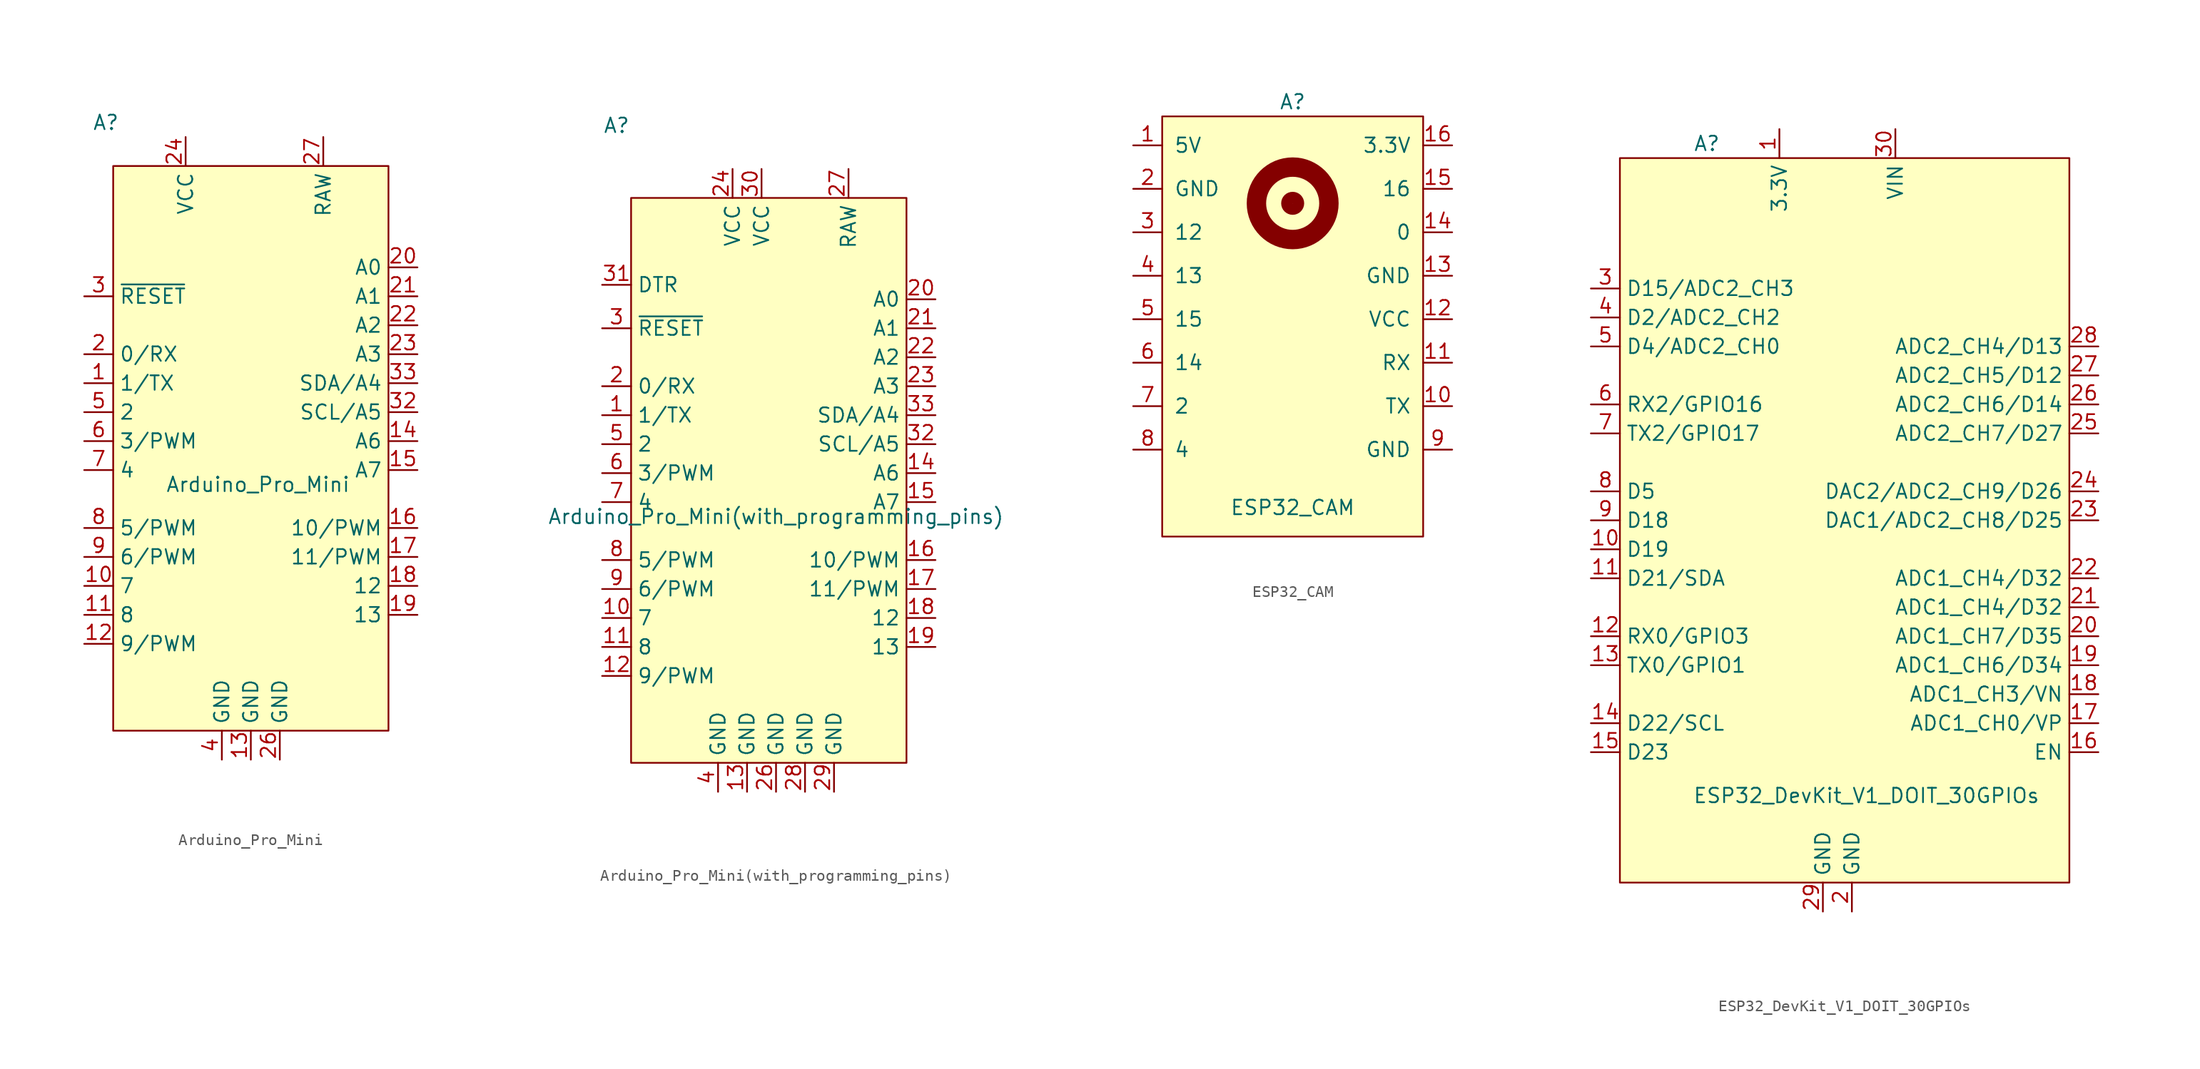
<source format=kicad_sym>
(kicad_symbol_lib
  (version 20220914)
  (generator kicad_symbol_editor)
  (symbol "Arduino_Pro_Mini"
    (property "Reference" "A"
      (at -12.7 27.94 0)
      (effects (font (size 1.27 1.27))))
    (property "Value" "Arduino_Pro_Mini"
      (at 0.635 -3.81 0)
      (effects (font (size 1.27 1.27))))
    (symbol "Arduino_Pro_Mini_0_1"
      (rectangle (start -12.065 24.13) (end 12.065 -25.4) (stroke (width 0) (type default)) (fill (type background))))
    (symbol "Arduino_Pro_Mini_1_1"
      (pin bidirectional line (at -14.605 5.08 0) (length 2.54) (name "1/TX" (effects (font (size 1.27 1.27)))) (number "1" (effects (font (size 1.27 1.27)))))
      (pin bidirectional line (at -14.605 -12.7 0) (length 2.54) (name "7" (effects (font (size 1.27 1.27)))) (number "10" (effects (font (size 1.27 1.27)))))
      (pin bidirectional line (at -14.605 -15.24 0) (length 2.54) (name "8" (effects (font (size 1.27 1.27)))) (number "11" (effects (font (size 1.27 1.27)))))
      (pin bidirectional line (at -14.605 -17.78 0) (length 2.54) (name "9/PWM" (effects (font (size 1.27 1.27)))) (number "12" (effects (font (size 1.27 1.27)))))
      (pin power_in line (at 0 -27.94 90) (length 2.54) (name "GND" (effects (font (size 1.27 1.27)))) (number "13" (effects (font (size 1.27 1.27)))))
      (pin bidirectional line (at 14.605 0 180) (length 2.54) (name "A6" (effects (font (size 1.27 1.27)))) (number "14" (effects (font (size 1.27 1.27)))))
      (pin bidirectional line (at 14.605 -2.54 180) (length 2.54) (name "A7" (effects (font (size 1.27 1.27)))) (number "15" (effects (font (size 1.27 1.27)))))
      (pin bidirectional line (at 14.605 -7.62 180) (length 2.54) (name "10/PWM" (effects (font (size 1.27 1.27)))) (number "16" (effects (font (size 1.27 1.27)))))
      (pin bidirectional line (at 14.605 -10.16 180) (length 2.54) (name "11/PWM" (effects (font (size 1.27 1.27)))) (number "17" (effects (font (size 1.27 1.27)))))
      (pin bidirectional line (at 14.605 -12.7 180) (length 2.54) (name "12" (effects (font (size 1.27 1.27)))) (number "18" (effects (font (size 1.27 1.27)))))
      (pin bidirectional line (at 14.605 -15.24 180) (length 2.54) (name "13" (effects (font (size 1.27 1.27)))) (number "19" (effects (font (size 1.27 1.27)))))
      (pin bidirectional line (at -14.605 7.62 0) (length 2.54) (name "0/RX" (effects (font (size 1.27 1.27)))) (number "2" (effects (font (size 1.27 1.27)))))
      (pin bidirectional line (at 14.605 15.24 180) (length 2.54) (name "A0" (effects (font (size 1.27 1.27)))) (number "20" (effects (font (size 1.27 1.27)))))
      (pin bidirectional line (at 14.605 12.7 180) (length 2.54) (name "A1" (effects (font (size 1.27 1.27)))) (number "21" (effects (font (size 1.27 1.27)))))
      (pin bidirectional line (at 14.605 10.16 180) (length 2.54) (name "A2" (effects (font (size 1.27 1.27)))) (number "22" (effects (font (size 1.27 1.27)))))
      (pin bidirectional line (at 14.605 7.62 180) (length 2.54) (name "A3" (effects (font (size 1.27 1.27)))) (number "23" (effects (font (size 1.27 1.27)))))
      (pin power_in line (at -5.715 26.67 270) (length 2.54) (name "VCC" (effects (font (size 1.27 1.27)))) (number "24" (effects (font (size 1.27 1.27)))))
      (pin power_in line (at 2.54 -27.94 90) (length 2.54) (name "GND" (effects (font (size 1.27 1.27)))) (number "26" (effects (font (size 1.27 1.27)))))
      (pin power_in line (at 6.35 26.67 270) (length 2.54) (name "RAW" (effects (font (size 1.27 1.27)))) (number "27" (effects (font (size 1.27 1.27)))))
      (pin bidirectional line (at -14.605 12.7 0) (length 2.54) (name "~{RESET}" (effects (font (size 1.27 1.27)))) (number "3" (effects (font (size 1.27 1.27)))))
      (pin bidirectional line (at 14.605 2.54 180) (length 2.54) (name "SCL/A5" (effects (font (size 1.27 1.27)))) (number "32" (effects (font (size 1.27 1.27)))))
      (pin bidirectional line (at 14.605 5.08 180) (length 2.54) (name "SDA/A4" (effects (font (size 1.27 1.27)))) (number "33" (effects (font (size 1.27 1.27)))))
      (pin power_in line (at -2.54 -27.94 90) (length 2.54) (name "GND" (effects (font (size 1.27 1.27)))) (number "4" (effects (font (size 1.27 1.27)))))
      (pin bidirectional line (at -14.605 2.54 0) (length 2.54) (name "2" (effects (font (size 1.27 1.27)))) (number "5" (effects (font (size 1.27 1.27)))))
      (pin bidirectional line (at -14.605 0 0) (length 2.54) (name "3/PWM" (effects (font (size 1.27 1.27)))) (number "6" (effects (font (size 1.27 1.27)))))
      (pin bidirectional line (at -14.605 -2.54 0) (length 2.54) (name "4" (effects (font (size 1.27 1.27)))) (number "7" (effects (font (size 1.27 1.27)))))
      (pin bidirectional line (at -14.605 -7.62 0) (length 2.54) (name "5/PWM" (effects (font (size 1.27 1.27)))) (number "8" (effects (font (size 1.27 1.27)))))
      (pin bidirectional line (at -14.605 -10.16 0) (length 2.54) (name "6/PWM" (effects (font (size 1.27 1.27)))) (number "9" (effects (font (size 1.27 1.27)))))))
  (symbol "Arduino_Pro_Mini(with_programming_pins)"
    (property "Reference" "A"
      (at -12.7 30.48 0)
      (effects (font (size 1.27 1.27))))
    (property "Value" "Arduino_Pro_Mini(with_programming_pins)"
      (at 1.27 -3.81 0)
      (effects (font (size 1.27 1.27))))
    (symbol "Arduino_Pro_Mini(with_programming_pins)_0_1"
      (rectangle (start -11.43 24.13) (end 12.7 -25.4) (stroke (width 0) (type default)) (fill (type background))))
    (symbol "Arduino_Pro_Mini(with_programming_pins)_1_1"
      (pin bidirectional line (at -13.97 5.08 0) (length 2.54) (name "1/TX" (effects (font (size 1.27 1.27)))) (number "1" (effects (font (size 1.27 1.27)))))
      (pin bidirectional line (at -13.97 -12.7 0) (length 2.54) (name "7" (effects (font (size 1.27 1.27)))) (number "10" (effects (font (size 1.27 1.27)))))
      (pin bidirectional line (at -13.97 -15.24 0) (length 2.54) (name "8" (effects (font (size 1.27 1.27)))) (number "11" (effects (font (size 1.27 1.27)))))
      (pin bidirectional line (at -13.97 -17.78 0) (length 2.54) (name "9/PWM" (effects (font (size 1.27 1.27)))) (number "12" (effects (font (size 1.27 1.27)))))
      (pin power_in line (at -1.27 -27.94 90) (length 2.54) (name "GND" (effects (font (size 1.27 1.27)))) (number "13" (effects (font (size 1.27 1.27)))))
      (pin bidirectional line (at 15.24 0 180) (length 2.54) (name "A6" (effects (font (size 1.27 1.27)))) (number "14" (effects (font (size 1.27 1.27)))))
      (pin bidirectional line (at 15.24 -2.54 180) (length 2.54) (name "A7" (effects (font (size 1.27 1.27)))) (number "15" (effects (font (size 1.27 1.27)))))
      (pin bidirectional line (at 15.24 -7.62 180) (length 2.54) (name "10/PWM" (effects (font (size 1.27 1.27)))) (number "16" (effects (font (size 1.27 1.27)))))
      (pin bidirectional line (at 15.24 -10.16 180) (length 2.54) (name "11/PWM" (effects (font (size 1.27 1.27)))) (number "17" (effects (font (size 1.27 1.27)))))
      (pin bidirectional line (at 15.24 -12.7 180) (length 2.54) (name "12" (effects (font (size 1.27 1.27)))) (number "18" (effects (font (size 1.27 1.27)))))
      (pin bidirectional line (at 15.24 -15.24 180) (length 2.54) (name "13" (effects (font (size 1.27 1.27)))) (number "19" (effects (font (size 1.27 1.27)))))
      (pin bidirectional line (at -13.97 7.62 0) (length 2.54) (name "0/RX" (effects (font (size 1.27 1.27)))) (number "2" (effects (font (size 1.27 1.27)))))
      (pin bidirectional line (at 15.24 15.24 180) (length 2.54) (name "A0" (effects (font (size 1.27 1.27)))) (number "20" (effects (font (size 1.27 1.27)))))
      (pin bidirectional line (at 15.24 12.7 180) (length 2.54) (name "A1" (effects (font (size 1.27 1.27)))) (number "21" (effects (font (size 1.27 1.27)))))
      (pin bidirectional line (at 15.24 10.16 180) (length 2.54) (name "A2" (effects (font (size 1.27 1.27)))) (number "22" (effects (font (size 1.27 1.27)))))
      (pin bidirectional line (at 15.24 7.62 180) (length 2.54) (name "A3" (effects (font (size 1.27 1.27)))) (number "23" (effects (font (size 1.27 1.27)))))
      (pin power_in line (at -2.54 26.67 270) (length 2.54) (name "VCC" (effects (font (size 1.27 1.27)))) (number "24" (effects (font (size 1.27 1.27)))))
      (pin power_in line (at 1.27 -27.94 90) (length 2.54) (name "GND" (effects (font (size 1.27 1.27)))) (number "26" (effects (font (size 1.27 1.27)))))
      (pin power_in line (at 7.62 26.67 270) (length 2.54) (name "RAW" (effects (font (size 1.27 1.27)))) (number "27" (effects (font (size 1.27 1.27)))))
      (pin power_in line (at 3.81 -27.94 90) (length 2.54) (name "GND" (effects (font (size 1.27 1.27)))) (number "28" (effects (font (size 1.27 1.27)))))
      (pin power_in line (at 6.35 -27.94 90) (length 2.54) (name "GND" (effects (font (size 1.27 1.27)))) (number "29" (effects (font (size 1.27 1.27)))))
      (pin bidirectional line (at -13.97 12.7 0) (length 2.54) (name "~{RESET}" (effects (font (size 1.27 1.27)))) (number "3" (effects (font (size 1.27 1.27)))))
      (pin power_in line (at 0 26.67 270) (length 2.54) (name "VCC" (effects (font (size 1.27 1.27)))) (number "30" (effects (font (size 1.27 1.27)))))
      (pin bidirectional line (at -13.97 16.51 0) (length 2.54) (name "DTR" (effects (font (size 1.27 1.27)))) (number "31" (effects (font (size 1.27 1.27)))))
      (pin bidirectional line (at 15.24 2.54 180) (length 2.54) (name "SCL/A5" (effects (font (size 1.27 1.27)))) (number "32" (effects (font (size 1.27 1.27)))))
      (pin bidirectional line (at 15.24 5.08 180) (length 2.54) (name "SDA/A4" (effects (font (size 1.27 1.27)))) (number "33" (effects (font (size 1.27 1.27)))))
      (pin power_in line (at -3.81 -27.94 90) (length 2.54) (name "GND" (effects (font (size 1.27 1.27)))) (number "4" (effects (font (size 1.27 1.27)))))
      (pin bidirectional line (at -13.97 2.54 0) (length 2.54) (name "2" (effects (font (size 1.27 1.27)))) (number "5" (effects (font (size 1.27 1.27)))))
      (pin bidirectional line (at -13.97 0 0) (length 2.54) (name "3/PWM" (effects (font (size 1.27 1.27)))) (number "6" (effects (font (size 1.27 1.27)))))
      (pin bidirectional line (at -13.97 -2.54 0) (length 2.54) (name "4" (effects (font (size 1.27 1.27)))) (number "7" (effects (font (size 1.27 1.27)))))
      (pin bidirectional line (at -13.97 -7.62 0) (length 2.54) (name "5/PWM" (effects (font (size 1.27 1.27)))) (number "8" (effects (font (size 1.27 1.27)))))
      (pin bidirectional line (at -13.97 -10.16 0) (length 2.54) (name "6/PWM" (effects (font (size 1.27 1.27)))) (number "9" (effects (font (size 1.27 1.27)))))))
  (symbol "ESP32_CAM"
    (pin_names
      (offset 1.016))
    (property "Reference" "A"
      (at 0 16.51 0)
      (effects (font (size 1.27 1.27))))
    (property "Value" "ESP32_CAM"
      (at 0 -19.05 0)
      (effects (font (size 1.27 1.27))))
    (symbol "ESP32_CAM_0_1"
      (rectangle (start -11.43 15.24) (end 11.43 -21.59) (stroke (width 0) (type default)) (fill (type background)))
      (circle (center 0 7.62) (radius 0.508) (stroke (width 1) (type default)) (fill (type none)))
      (circle (center 0 7.62) (radius 3.175) (stroke (width 1.7) (type default)) (fill (type none)))
      (circle (center 0 7.62) (radius 3.581) (stroke (width 0) (type default)) (fill (type none))))
    (symbol "ESP32_CAM_1_1"
      (pin power_in line (at -13.97 12.7 0) (length 2.54) (name "5V" (effects (font (size 1.27 1.27)))) (number "1" (effects (font (size 1.27 1.27)))))
      (pin output line (at 13.97 -10.16 180) (length 2.54) (name "TX" (effects (font (size 1.27 1.27)))) (number "10" (effects (font (size 1.27 1.27)))))
      (pin input line (at 13.97 -6.35 180) (length 2.54) (name "RX" (effects (font (size 1.27 1.27)))) (number "11" (effects (font (size 1.27 1.27)))))
      (pin power_in line (at 13.97 -2.54 180) (length 2.54) (name "VCC" (effects (font (size 1.27 1.27)))) (number "12" (effects (font (size 1.27 1.27)))))
      (pin power_in line (at 13.97 1.27 180) (length 2.54) (name "GND" (effects (font (size 1.27 1.27)))) (number "13" (effects (font (size 1.27 1.27)))))
      (pin bidirectional line (at 13.97 5.08 180) (length 2.54) (name "0" (effects (font (size 1.27 1.27)))) (number "14" (effects (font (size 1.27 1.27)))))
      (pin bidirectional line (at 13.97 8.89 180) (length 2.54) (name "16" (effects (font (size 1.27 1.27)))) (number "15" (effects (font (size 1.27 1.27)))))
      (pin power_in line (at 13.97 12.7 180) (length 2.54) (name "3.3V" (effects (font (size 1.27 1.27)))) (number "16" (effects (font (size 1.27 1.27)))))
      (pin power_in line (at -13.97 8.89 0) (length 2.54) (name "GND" (effects (font (size 1.27 1.27)))) (number "2" (effects (font (size 1.27 1.27)))))
      (pin bidirectional line (at -13.97 5.08 0) (length 2.54) (name "12" (effects (font (size 1.27 1.27)))) (number "3" (effects (font (size 1.27 1.27)))))
      (pin bidirectional line (at -13.97 1.27 0) (length 2.54) (name "13" (effects (font (size 1.27 1.27)))) (number "4" (effects (font (size 1.27 1.27)))))
      (pin bidirectional line (at -13.97 -2.54 0) (length 2.54) (name "15" (effects (font (size 1.27 1.27)))) (number "5" (effects (font (size 1.27 1.27)))))
      (pin bidirectional line (at -13.97 -6.35 0) (length 2.54) (name "14" (effects (font (size 1.27 1.27)))) (number "6" (effects (font (size 1.27 1.27)))))
      (pin bidirectional line (at -13.97 -10.16 0) (length 2.54) (name "2" (effects (font (size 1.27 1.27)))) (number "7" (effects (font (size 1.27 1.27)))))
      (pin bidirectional line (at -13.97 -13.97 0) (length 2.54) (name "4" (effects (font (size 1.27 1.27)))) (number "8" (effects (font (size 1.27 1.27)))))
      (pin power_in line (at 13.97 -13.97 180) (length 2.54) (name "GND" (effects (font (size 1.27 1.27)))) (number "9" (effects (font (size 1.27 1.27)))))))
  (symbol "ESP32_DevKit_V1_DOIT_30GPIOs"
    (property "Reference" "A"
      (at -11.43 34.29 0)
      (effects (font (size 1.27 1.27))))
    (property "Value" "ESP32_DevKit_V1_DOIT_30GPIOs"
      (at 2.54 -22.86 0)
      (effects (font (size 1.27 1.27))))
    (symbol "ESP32_DevKit_V1_DOIT_30GPIOs_0_1"
      (rectangle (start -19.05 33.02) (end 20.32 -30.48) (stroke (width 0) (type default)) (fill (type background))))
    (symbol "ESP32_DevKit_V1_DOIT_30GPIOs_1_1"
      (pin power_in line (at -5.08 35.56 270) (length 2.54) (name "3.3V" (effects (font (size 1.27 1.27)))) (number "1" (effects (font (size 1.27 1.27)))))
      (pin bidirectional line (at -21.59 -1.27 0) (length 2.54) (name "D19" (effects (font (size 1.27 1.27)))) (number "10" (effects (font (size 1.27 1.27)))))
      (pin bidirectional line (at -21.59 -3.81 0) (length 2.54) (name "D21/SDA" (effects (font (size 1.27 1.27)))) (number "11" (effects (font (size 1.27 1.27)))))
      (pin bidirectional line (at -21.59 -8.89 0) (length 2.54) (name "RX0/GPIO3" (effects (font (size 1.27 1.27)))) (number "12" (effects (font (size 1.27 1.27)))))
      (pin bidirectional line (at -21.59 -11.43 0) (length 2.54) (name "TX0/GPIO1" (effects (font (size 1.27 1.27)))) (number "13" (effects (font (size 1.27 1.27)))))
      (pin bidirectional line (at -21.59 -16.51 0) (length 2.54) (name "D22/SCL" (effects (font (size 1.27 1.27)))) (number "14" (effects (font (size 1.27 1.27)))))
      (pin bidirectional line (at -21.59 -19.05 0) (length 2.54) (name "D23" (effects (font (size 1.27 1.27)))) (number "15" (effects (font (size 1.27 1.27)))))
      (pin bidirectional line (at 22.86 -19.05 180) (length 2.54) (name "EN" (effects (font (size 1.27 1.27)))) (number "16" (effects (font (size 1.27 1.27)))))
      (pin bidirectional line (at 22.86 -16.51 180) (length 2.54) (name "ADC1_CH0/VP" (effects (font (size 1.27 1.27)))) (number "17" (effects (font (size 1.27 1.27)))))
      (pin bidirectional line (at 22.86 -13.97 180) (length 2.54) (name "ADC1_CH3/VN" (effects (font (size 1.27 1.27)))) (number "18" (effects (font (size 1.27 1.27)))))
      (pin bidirectional line (at 22.86 -11.43 180) (length 2.54) (name "ADC1_CH6/D34" (effects (font (size 1.27 1.27)))) (number "19" (effects (font (size 1.27 1.27)))))
      (pin power_in line (at 1.27 -33.02 90) (length 2.54) (name "GND" (effects (font (size 1.27 1.27)))) (number "2" (effects (font (size 1.27 1.27)))))
      (pin bidirectional line (at 22.86 -8.89 180) (length 2.54) (name "ADC1_CH7/D35" (effects (font (size 1.27 1.27)))) (number "20" (effects (font (size 1.27 1.27)))))
      (pin bidirectional line (at 22.86 -6.35 180) (length 2.54) (name "ADC1_CH4/D32" (effects (font (size 1.27 1.27)))) (number "21" (effects (font (size 1.27 1.27)))))
      (pin bidirectional line (at 22.86 -3.81 180) (length 2.54) (name "ADC1_CH4/D32" (effects (font (size 1.27 1.27)))) (number "22" (effects (font (size 1.27 1.27)))))
      (pin bidirectional line (at 22.86 1.27 180) (length 2.54) (name "DAC1/ADC2_CH8/D25" (effects (font (size 1.27 1.27)))) (number "23" (effects (font (size 1.27 1.27)))))
      (pin bidirectional line (at 22.86 3.81 180) (length 2.54) (name "DAC2/ADC2_CH9/D26" (effects (font (size 1.27 1.27)))) (number "24" (effects (font (size 1.27 1.27)))))
      (pin bidirectional line (at 22.86 8.89 180) (length 2.54) (name "ADC2_CH7/D27" (effects (font (size 1.27 1.27)))) (number "25" (effects (font (size 1.27 1.27)))))
      (pin bidirectional line (at 22.86 11.43 180) (length 2.54) (name "ADC2_CH6/D14" (effects (font (size 1.27 1.27)))) (number "26" (effects (font (size 1.27 1.27)))))
      (pin bidirectional line (at 22.86 13.97 180) (length 2.54) (name "ADC2_CH5/D12" (effects (font (size 1.27 1.27)))) (number "27" (effects (font (size 1.27 1.27)))))
      (pin bidirectional line (at 22.86 16.51 180) (length 2.54) (name "ADC2_CH4/D13" (effects (font (size 1.27 1.27)))) (number "28" (effects (font (size 1.27 1.27)))))
      (pin power_in line (at -1.27 -33.02 90) (length 2.54) (name "GND" (effects (font (size 1.27 1.27)))) (number "29" (effects (font (size 1.27 1.27)))))
      (pin bidirectional line (at -21.59 21.59 0) (length 2.54) (name "D15/ADC2_CH3" (effects (font (size 1.27 1.27)))) (number "3" (effects (font (size 1.27 1.27)))))
      (pin power_in line (at 5.08 35.56 270) (length 2.54) (name "VIN" (effects (font (size 1.27 1.27)))) (number "30" (effects (font (size 1.27 1.27)))))
      (pin bidirectional line (at -21.59 19.05 0) (length 2.54) (name "D2/ADC2_CH2" (effects (font (size 1.27 1.27)))) (number "4" (effects (font (size 1.27 1.27)))))
      (pin bidirectional line (at -21.59 16.51 0) (length 2.54) (name "D4/ADC2_CH0" (effects (font (size 1.27 1.27)))) (number "5" (effects (font (size 1.27 1.27)))))
      (pin bidirectional line (at -21.59 11.43 0) (length 2.54) (name "RX2/GPIO16" (effects (font (size 1.27 1.27)))) (number "6" (effects (font (size 1.27 1.27)))))
      (pin bidirectional line (at -21.59 8.89 0) (length 2.54) (name "TX2/GPIO17" (effects (font (size 1.27 1.27)))) (number "7" (effects (font (size 1.27 1.27)))))
      (pin bidirectional line (at -21.59 3.81 0) (length 2.54) (name "D5" (effects (font (size 1.27 1.27)))) (number "8" (effects (font (size 1.27 1.27)))))
      (pin bidirectional line (at -21.59 1.27 0) (length 2.54) (name "D18" (effects (font (size 1.27 1.27)))) (number "9" (effects (font (size 1.27 1.27))))))))
</source>
